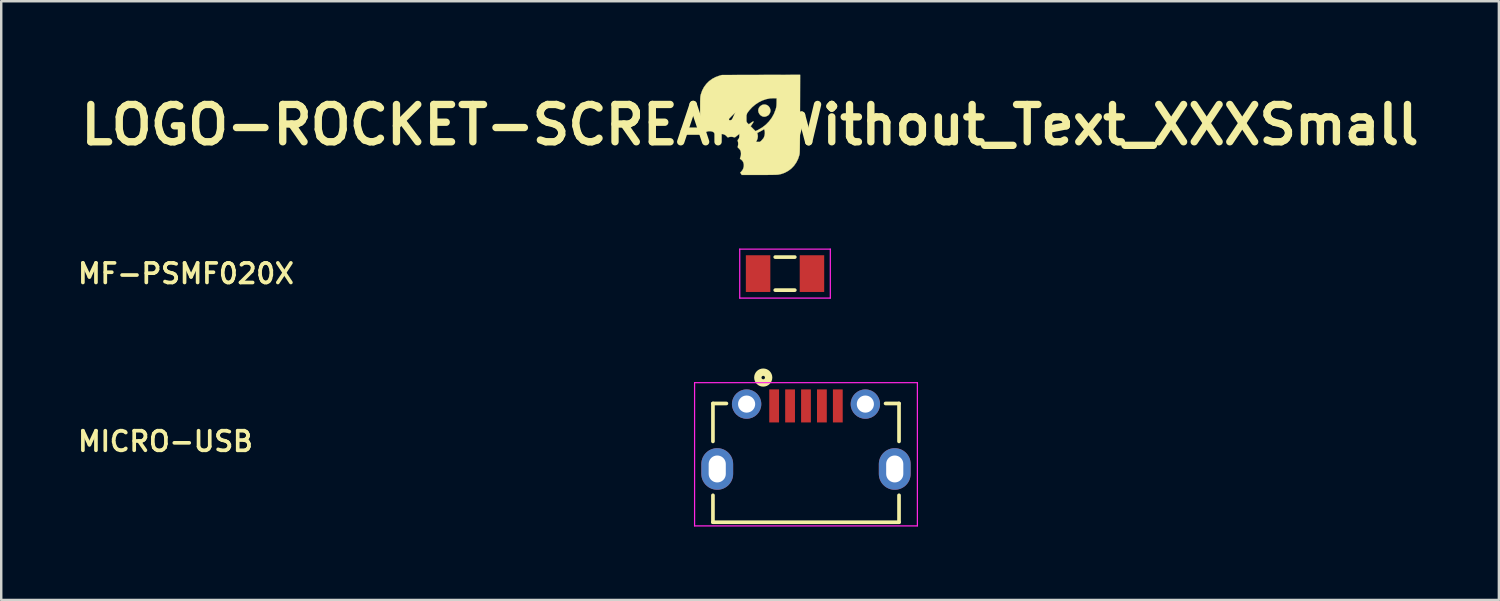
<source format=kicad_pcb>
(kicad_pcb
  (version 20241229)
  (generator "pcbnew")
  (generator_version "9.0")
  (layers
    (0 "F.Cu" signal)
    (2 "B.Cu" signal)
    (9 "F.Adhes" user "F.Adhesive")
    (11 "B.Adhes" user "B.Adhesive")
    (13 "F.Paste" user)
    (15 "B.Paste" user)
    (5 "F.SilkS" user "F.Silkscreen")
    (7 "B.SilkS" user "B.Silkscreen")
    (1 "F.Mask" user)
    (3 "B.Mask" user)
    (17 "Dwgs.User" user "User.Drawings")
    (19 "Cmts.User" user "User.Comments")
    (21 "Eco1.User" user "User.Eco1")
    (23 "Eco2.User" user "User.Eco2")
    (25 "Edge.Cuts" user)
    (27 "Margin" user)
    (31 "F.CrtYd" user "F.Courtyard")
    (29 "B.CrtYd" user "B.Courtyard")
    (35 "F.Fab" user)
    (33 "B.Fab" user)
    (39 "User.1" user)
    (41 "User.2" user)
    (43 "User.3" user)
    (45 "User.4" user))
  (footprint "MF-PSMF020X"
    (layer "F.Cu")
    (at 29.013 8.125)
    (property "Reference" "MF-PSMF020X" (at -24.468 0 0) (layer "F.SilkS") (effects (font (size 0.8 0.8) (thickness 0.15))))
    (attr through_hole)
    (fp_line (start -0.4 -0.675) (end 0.4 -0.675) (stroke (width 0.15) (type solid)) (layer "F.SilkS"))
    (fp_line (start -0.4 0.675) (end 0.4 0.675) (stroke (width 0.15) (type solid)) (layer "F.SilkS"))
    (fp_line (start -1.85 -1) (end 1.85 -1) (stroke (width 0.05) (type solid)) (layer "F.CrtYd"))
    (fp_line (start -1.85 1) (end -1.85 -1) (stroke (width 0.05) (type solid)) (layer "F.CrtYd"))
    (fp_line (start 1.85 -1) (end 1.85 1) (stroke (width 0.05) (type solid)) (layer "F.CrtYd"))
    (fp_line (start 1.85 1) (end -1.85 1) (stroke (width 0.05) (type solid)) (layer "F.CrtYd"))
    (pad "1" smd rect (at -1.1 0) (size 1 1.5) (layers "F.Cu" "F.Mask" "F.Paste"))
    (pad "2" smd rect (at 1.1 0) (size 1 1.5) (layers "F.Cu" "F.Mask" "F.Paste")))
  (footprint "LOGO-ROCKET-SCREAM_Without_Text_XXXSmall"
    (layer "F.Cu")
    (at 27.584 2.051)
    (property "Reference" "LOGO-ROCKET-SCREAM_Without_Text_XXXSmall" (at 0 0 0) (layer "F.SilkS") (effects (font (size 1.524 1.524) (thickness 0.3))))
    (attr through_hole)
    (fp_poly (pts (xy 0.63 -0.83) (xy 0.697 -0.807) (xy 0.756 -0.765) (xy 0.802 -0.703) (xy 0.805 -0.696) (xy 0.831 -0.628) (xy 0.836 -0.566) (xy 0.819 -0.502) (xy 0.803 -0.469) (xy 0.775 -0.423) (xy 0.743 -0.391) (xy 0.7 -0.366) (xy 0.63 -0.338) (xy 0.565 -0.333) (xy 0.499 -0.349) (xy 0.489 -0.354) (xy 0.427 -0.394) (xy 0.379 -0.449) (xy 0.347 -0.513) (xy 0.334 -0.581) (xy 0.337 -0.621) (xy 0.357 -0.688) (xy 0.395 -0.744) (xy 0.425 -0.772) (xy 0.489 -0.814) (xy 0.559 -0.833) (xy 0.63 -0.83)) (stroke (width 0.01) (type solid)) (fill yes) (layer "F.SilkS"))
    (fp_poly (pts (xy 2.041 -0.448) (xy 2.041 -0.212) (xy 2.04 -0.000273) (xy 2.039 0.189) (xy 2.039 0.357) (xy 2.038 0.505) (xy 2.037 0.634) (xy 2.036 0.747) (xy 2.035 0.843) (xy 2.034 0.925) (xy 2.033 0.994) (xy 2.031 1.051) (xy 2.03 1.097) (xy 2.028 1.135) (xy 2.026 1.165) (xy 2.023 1.189) (xy 2.02 1.208) (xy 2.017 1.223) (xy 2.015 1.232) (xy 1.961 1.393) (xy 1.887 1.539) (xy 1.795 1.67) (xy 1.686 1.783) (xy 1.562 1.877) (xy 1.425 1.952) (xy 1.274 2.006) (xy 1.156 2.031) (xy 1.125 2.034) (xy 1.071 2.037) (xy 0.995 2.039) (xy 0.9 2.041) (xy 0.788 2.042) (xy 0.66 2.044) (xy 0.519 2.044) (xy 0.367 2.045) (xy -0.338 2.045) (xy -0.401 1.949) (xy -0.358 1.906) (xy -0.306 1.841) (xy -0.272 1.766) (xy -0.255 1.687) (xy -0.256 1.608) (xy -0.274 1.534) (xy -0.309 1.47) (xy -0.354 1.426) (xy -0.384 1.404) (xy -0.406 1.387) (xy -0.41 1.384) (xy -0.411 1.369) (xy -0.402 1.339) (xy -0.394 1.32) (xy -0.375 1.255) (xy -0.369 1.18) (xy -0.375 1.106) (xy -0.392 1.047) (xy -0.418 1.006) (xy -0.452 0.966) (xy -0.463 0.956) (xy -0.491 0.932) (xy -0.498 0.921) (xy 0.171 0.921) (xy 0.175 0.923) (xy 0.193 0.91) (xy 0.223 0.883) (xy 0.262 0.847) (xy 0.307 0.803) (xy 0.356 0.754) (xy 0.405 0.703) (xy 0.452 0.654) (xy 0.493 0.608) (xy 0.527 0.569) (xy 0.551 0.539) (xy 0.56 0.525) (xy 0.591 0.439) (xy 0.605 0.348) (xy 0.601 0.262) (xy 0.598 0.248) (xy 0.588 0.21) (xy 0.579 0.185) (xy 0.574 0.178) (xy 0.559 0.184) (xy 0.532 0.201) (xy 0.527 0.204) (xy 0.498 0.222) (xy 0.454 0.247) (xy 0.404 0.273) (xy 0.391 0.28) (xy 0.294 0.33) (xy 0.306 0.371) (xy 0.319 0.462) (xy 0.308 0.554) (xy 0.273 0.644) (xy 0.249 0.684) (xy 0.211 0.759) (xy 0.193 0.821) (xy 0.184 0.866) (xy 0.176 0.904) (xy 0.171 0.921) (xy -0.498 0.921) (xy -0.503 0.913) (xy -0.502 0.89) (xy -0.496 0.868) (xy -0.485 0.804) (xy -0.485 0.738) (xy -0.495 0.681) (xy -0.5 0.667) (xy -0.506 0.65) (xy -0.507 0.634) (xy -0.5 0.615) (xy -0.483 0.589) (xy -0.454 0.55) (xy -0.426 0.514) (xy -0.354 0.424) (xy -0.294 0.345) (xy -0.278 0.324) (xy 0.267 0.324) (xy 0.273 0.33) (xy 0.279 0.324) (xy 0.273 0.318) (xy 0.267 0.324) (xy -0.278 0.324) (xy -0.245 0.28) (xy -0.209 0.231) (xy -0.188 0.198) (xy -0.181 0.183) (xy -0.181 0.183) (xy -0.192 0.188) (xy -0.22 0.207) (xy -0.261 0.236) (xy -0.311 0.273) (xy -0.367 0.316) (xy -0.426 0.36) (xy -0.484 0.405) (xy -0.538 0.447) (xy -0.582 0.483) (xy -0.61 0.504) (xy -0.632 0.51) (xy -0.659 0.505) (xy -0.671 0.5) (xy -0.748 0.485) (xy -0.828 0.49) (xy -0.866 0.5) (xy -0.894 0.509) (xy -0.913 0.508) (xy -0.931 0.494) (xy -0.953 0.467) (xy -1.011 0.415) (xy -1.081 0.382) (xy -1.16 0.368) (xy -1.242 0.374) (xy -1.314 0.398) (xy -1.377 0.427) (xy -1.415 0.37) (xy -1.468 0.314) (xy -1.534 0.276) (xy -1.609 0.257) (xy -1.689 0.257) (xy -1.769 0.276) (xy -1.845 0.314) (xy -1.886 0.346) (xy -1.945 0.398) (xy -1.992 0.371) (xy -2.038 0.344) (xy -2.038 -0.171) (xy -0.918 -0.171) (xy -0.914 -0.171) (xy -0.883 -0.178) (xy -0.839 -0.184) (xy -0.819 -0.187) (xy -0.759 -0.201) (xy -0.709 -0.23) (xy -0.241 -0.23) (xy -0.233 -0.213) (xy -0.209 -0.183) (xy -0.175 -0.146) (xy -0.147 -0.117) (xy -0.052 -0.024) (xy 0.04 -0.088) (xy 0.092 -0.123) (xy 0.126 -0.14) (xy 0.143 -0.139) (xy 0.141 -0.12) (xy 0.121 -0.083) (xy 0.09 -0.036) (xy 0.025 0.056) (xy 0.123 0.155) (xy 0.163 0.195) (xy 0.196 0.227) (xy 0.218 0.248) (xy 0.225 0.254) (xy 0.238 0.249) (xy 0.267 0.234) (xy 0.31 0.213) (xy 0.341 0.198) (xy 0.501 0.103) (xy 0.646 -0.01) (xy 0.774 -0.141) (xy 0.884 -0.287) (xy 0.974 -0.447) (xy 1.041 -0.618) (xy 1.049 -0.641) (xy 1.064 -0.696) (xy 1.074 -0.746) (xy 1.08 -0.798) (xy 1.083 -0.86) (xy 1.084 -0.921) (xy 1.086 -1.086) (xy 0.969 -1.089) (xy 0.814 -1.082) (xy 0.658 -1.051) (xy 0.504 -0.998) (xy 0.356 -0.924) (xy 0.215 -0.831) (xy 0.085 -0.721) (xy -0.031 -0.594) (xy -0.054 -0.565) (xy -0.095 -0.508) (xy -0.135 -0.446) (xy -0.173 -0.383) (xy -0.204 -0.325) (xy -0.228 -0.275) (xy -0.24 -0.24) (xy -0.241 -0.23) (xy -0.709 -0.23) (xy -0.703 -0.234) (xy -0.7 -0.236) (xy -0.616 -0.286) (xy -0.525 -0.312) (xy -0.44 -0.314) (xy -0.395 -0.309) (xy -0.359 -0.304) (xy -0.343 -0.3) (xy -0.329 -0.304) (xy -0.311 -0.327) (xy -0.287 -0.371) (xy -0.283 -0.379) (xy -0.258 -0.43) (xy -0.231 -0.478) (xy -0.21 -0.513) (xy -0.19 -0.544) (xy -0.179 -0.566) (xy -0.178 -0.571) (xy -0.189 -0.58) (xy -0.218 -0.59) (xy -0.249 -0.597) (xy -0.341 -0.604) (xy -0.435 -0.59) (xy -0.525 -0.556) (xy -0.532 -0.552) (xy -0.558 -0.534) (xy -0.594 -0.505) (xy -0.638 -0.467) (xy -0.686 -0.422) (xy -0.736 -0.374) (xy -0.785 -0.325) (xy -0.83 -0.279) (xy -0.869 -0.237) (xy -0.898 -0.204) (xy -0.916 -0.18) (xy -0.918 -0.171) (xy -2.038 -0.171) (xy -2.038 -0.396) (xy -2.038 -0.552) (xy -2.038 -0.685) (xy -2.038 -0.797) (xy -2.037 -0.89) (xy -2.037 -0.966) (xy -2.035 -1.028) (xy -2.034 -1.078) (xy -2.031 -1.118) (xy -2.029 -1.15) (xy -2.025 -1.177) (xy -2.021 -1.2) (xy -2.016 -1.222) (xy -2.01 -1.245) (xy -1.956 -1.401) (xy -1.881 -1.545) (xy -1.786 -1.673) (xy -1.674 -1.786) (xy -1.544 -1.881) (xy -1.4 -1.957) (xy -1.251 -2.01) (xy -1.149 -2.038) (xy 0.448 -2.042) (xy 2.046 -2.046) (xy 2.041 -0.448)) (stroke (width 0.01) (type solid)) (fill yes) (layer "F.SilkS")))
  (footprint "MICRO-USB"
    (layer "F.Cu")
    (at 29.869 14.979)
    (property "Reference" "MICRO-USB" (at -26.162 0 0) (layer "F.SilkS") (effects (font (size 0.8 0.8) (thickness 0.15))))
    (attr through_hole)
    (fp_line (start -3.8 -1.55) (end -3.25 -1.55) (stroke (width 0.15) (type solid)) (layer "F.SilkS"))
    (fp_line (start -3.8 0) (end -3.8 -1.55) (stroke (width 0.15) (type solid)) (layer "F.SilkS"))
    (fp_line (start -3.8 3.3) (end -3.8 2.2) (stroke (width 0.15) (type solid)) (layer "F.SilkS"))
    (fp_line (start -3.8 3.3) (end 3.8 3.3) (stroke (width 0.15) (type solid)) (layer "F.SilkS"))
    (fp_line (start 3.8 -1.55) (end 3.25 -1.55) (stroke (width 0.15) (type solid)) (layer "F.SilkS"))
    (fp_line (start 3.8 0) (end 3.8 -1.55) (stroke (width 0.15) (type solid)) (layer "F.SilkS"))
    (fp_line (start 3.8 2.2) (end 3.8 3.3) (stroke (width 0.15) (type solid)) (layer "F.SilkS"))
    (fp_circle (center -1.746 -2.608) (end -1.796 -2.658) (stroke (width 0.3) (type solid)) (fill no) (layer "F.SilkS"))
    (fp_line (start -4.55 -2.4) (end -4.55 3.45) (stroke (width 0.05) (type solid)) (layer "F.CrtYd"))
    (fp_line (start -4.55 3.45) (end 4.55 3.45) (stroke (width 0.05) (type solid)) (layer "F.CrtYd"))
    (fp_line (start 4.55 -2.4) (end -4.55 -2.4) (stroke (width 0.05) (type solid)) (layer "F.CrtYd"))
    (fp_line (start 4.55 3.45) (end 4.55 -2.4) (stroke (width 0.05) (type solid)) (layer "F.CrtYd"))
    (pad "1" smd rect (at -1.3 -1.45) (size 0.4 1.35) (layers "F.Cu" "F.Mask" "F.Paste"))
    (pad "2" smd rect (at -0.65 -1.45) (size 0.4 1.35) (layers "F.Cu" "F.Mask" "F.Paste"))
    (pad "3" smd rect (at 0 -1.45) (size 0.4 1.35) (layers "F.Cu" "F.Mask" "F.Paste"))
    (pad "4" smd rect (at 0.65 -1.45) (size 0.4 1.35) (layers "F.Cu" "F.Mask" "F.Paste"))
    (pad "5" smd rect (at 1.3 -1.45) (size 0.4 1.35) (layers "F.Cu" "F.Mask" "F.Paste"))
    (pad "6" thru_hole circle (at -2.425 -1.525) (size 1.2 1.2) (drill 0.7) (layers "*.Cu" "*.Mask" "F.Paste"))
    (pad "7" thru_hole circle (at 2.425 -1.525) (size 1.2 1.2) (drill 0.7) (layers "*.Cu" "*.Mask" "F.Paste"))
    (pad "8" thru_hole oval (at -3.625 1.125) (size 1.3 1.7) (drill oval 0.7 1.1) (layers "*.Cu" "*.Mask" "F.Paste"))
    (pad "9" thru_hole oval (at 3.625 1.125) (size 1.3 1.7) (drill oval 0.7 1.1) (layers "*.Cu" "*.Mask" "F.Paste")))
  (gr_rect
    (start -3 -3)
    (end 58.169 21.454)
    (stroke (width 0.1) (type default))
    (fill no)
    (layer "Edge.Cuts")))
</source>
